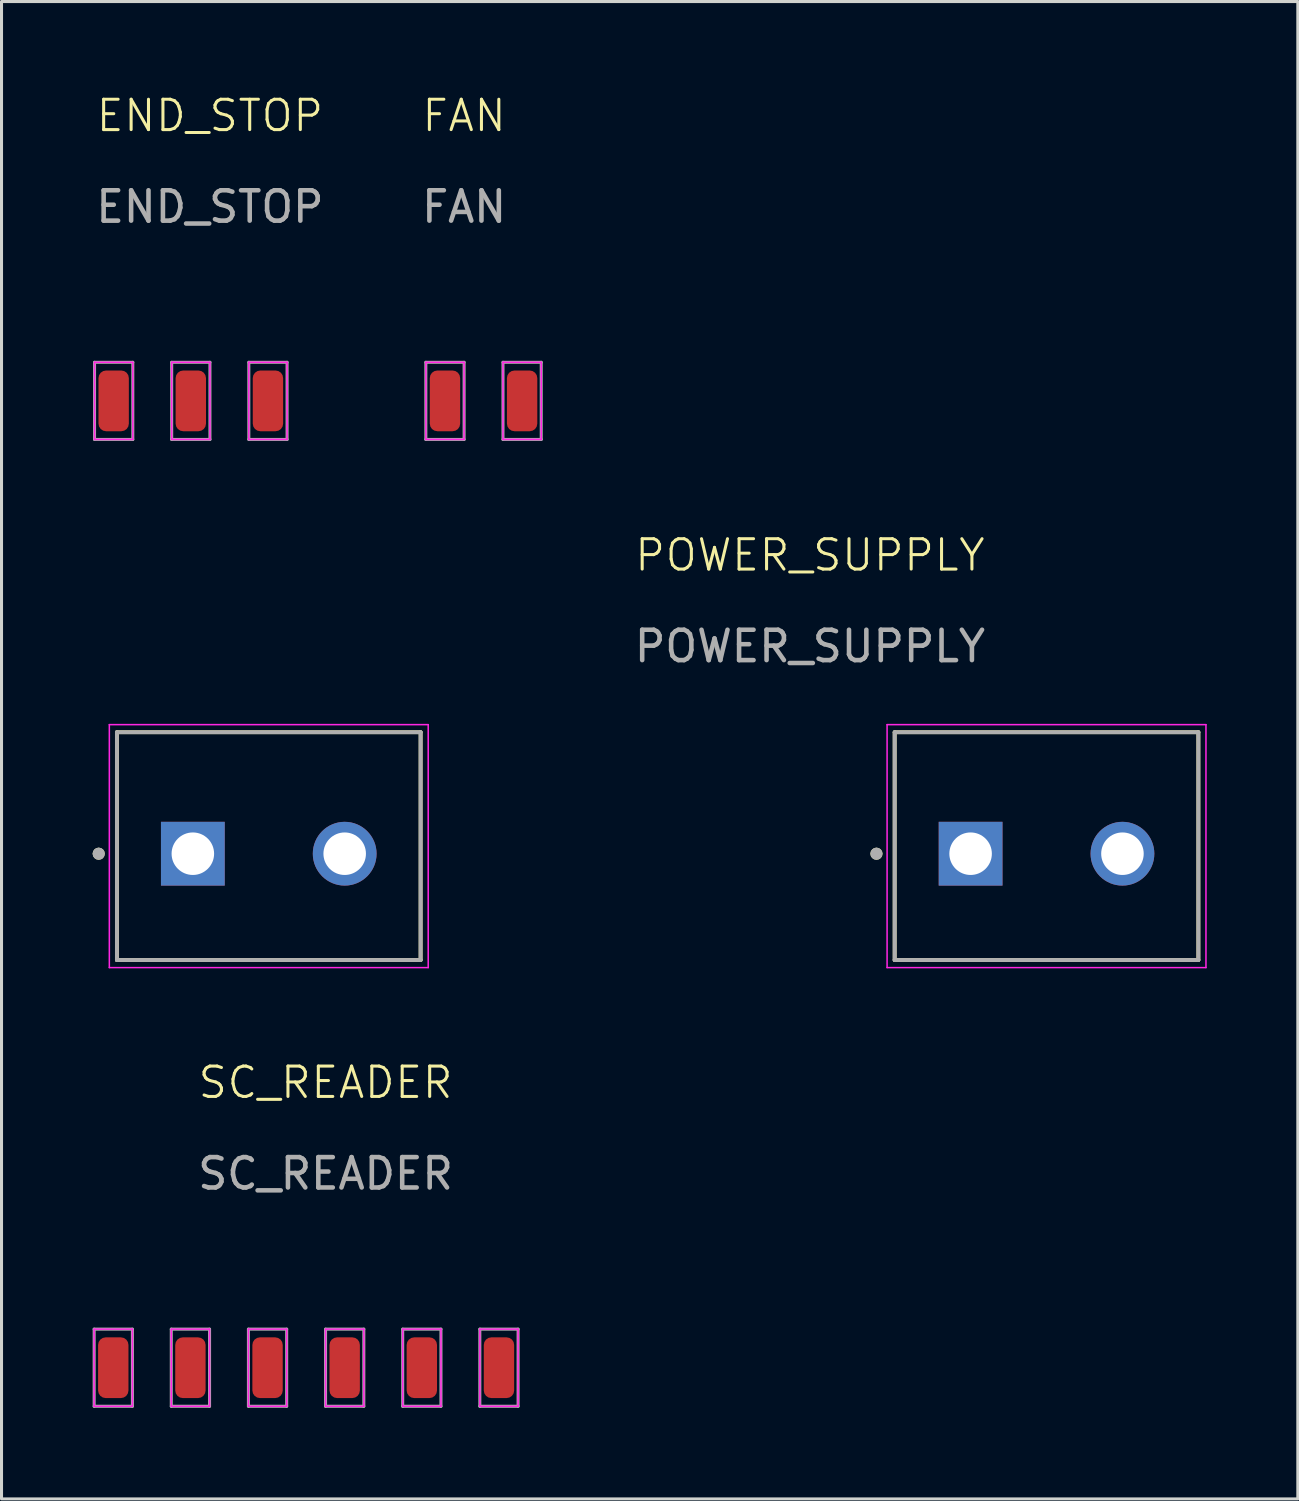
<source format=kicad_pcb>
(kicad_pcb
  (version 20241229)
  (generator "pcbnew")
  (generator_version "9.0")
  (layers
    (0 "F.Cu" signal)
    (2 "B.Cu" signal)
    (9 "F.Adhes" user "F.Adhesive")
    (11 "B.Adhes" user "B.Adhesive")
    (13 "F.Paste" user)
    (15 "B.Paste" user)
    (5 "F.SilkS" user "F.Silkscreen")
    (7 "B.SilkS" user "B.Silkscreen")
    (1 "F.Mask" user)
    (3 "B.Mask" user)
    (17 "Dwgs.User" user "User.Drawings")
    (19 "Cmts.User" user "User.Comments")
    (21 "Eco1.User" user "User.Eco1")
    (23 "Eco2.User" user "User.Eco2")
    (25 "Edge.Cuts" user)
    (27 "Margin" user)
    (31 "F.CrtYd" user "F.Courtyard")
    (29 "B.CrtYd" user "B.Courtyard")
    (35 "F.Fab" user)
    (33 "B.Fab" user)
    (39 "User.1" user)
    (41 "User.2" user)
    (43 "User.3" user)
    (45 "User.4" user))
  (footprint "END_STOP"
    (layer "F.Cu")
    (at 3.863 1.26)
    (property "Reference" "END_STOP" (at 0 -0.5 0) (unlocked yes) (layer "F.SilkS") (effects (font (size 1 1) (thickness 0.1))))
    (attr smd)
    (fp_line (start -3.8 7.62) (end -3.8 10.16) (stroke (width 0.05) (type solid)) (layer "F.CrtYd"))
    (fp_line (start -3.8 10.16) (end -2.54 10.16) (stroke (width 0.05) (type solid)) (layer "F.CrtYd"))
    (fp_line (start -2.54 7.62) (end -3.8 7.62) (stroke (width 0.05) (type solid)) (layer "F.CrtYd"))
    (fp_line (start -2.54 10.16) (end -2.54 7.62) (stroke (width 0.05) (type solid)) (layer "F.CrtYd"))
    (fp_line (start -1.26 7.62) (end -1.26 10.16) (stroke (width 0.05) (type solid)) (layer "F.CrtYd"))
    (fp_line (start -1.26 10.16) (end 0 10.16) (stroke (width 0.05) (type solid)) (layer "F.CrtYd"))
    (fp_line (start 0 7.62) (end -1.26 7.62) (stroke (width 0.05) (type solid)) (layer "F.CrtYd"))
    (fp_line (start 0 10.16) (end 0 7.62) (stroke (width 0.05) (type solid)) (layer "F.CrtYd"))
    (fp_line (start 1.28 7.62) (end 1.28 10.16) (stroke (width 0.05) (type solid)) (layer "F.CrtYd"))
    (fp_line (start 1.28 10.16) (end 2.54 10.16) (stroke (width 0.05) (type solid)) (layer "F.CrtYd"))
    (fp_line (start 2.54 7.62) (end 1.28 7.62) (stroke (width 0.05) (type solid)) (layer "F.CrtYd"))
    (fp_line (start 2.54 10.16) (end 2.54 7.62) (stroke (width 0.05) (type solid)) (layer "F.CrtYd"))
    (fp_line (start -3.8 7.62) (end -2.54 7.62) (stroke (width 0.1) (type solid)) (layer "F.Fab"))
    (fp_line (start -3.8 10.16) (end -3.8 7.62) (stroke (width 0.1) (type solid)) (layer "F.Fab"))
    (fp_line (start -2.54 7.62) (end -2.54 10.16) (stroke (width 0.1) (type solid)) (layer "F.Fab"))
    (fp_line (start -2.54 10.16) (end -3.8 10.16) (stroke (width 0.1) (type solid)) (layer "F.Fab"))
    (fp_line (start -1.26 7.62) (end 0 7.62) (stroke (width 0.1) (type solid)) (layer "F.Fab"))
    (fp_line (start -1.26 10.16) (end -1.26 7.62) (stroke (width 0.1) (type solid)) (layer "F.Fab"))
    (fp_line (start 0 7.62) (end 0 10.16) (stroke (width 0.1) (type solid)) (layer "F.Fab"))
    (fp_line (start 0 10.16) (end -1.26 10.16) (stroke (width 0.1) (type solid)) (layer "F.Fab"))
    (fp_line (start 1.28 7.62) (end 2.54 7.62) (stroke (width 0.1) (type solid)) (layer "F.Fab"))
    (fp_line (start 1.28 10.16) (end 1.28 7.62) (stroke (width 0.1) (type solid)) (layer "F.Fab"))
    (fp_line (start 2.54 7.62) (end 2.54 10.16) (stroke (width 0.1) (type solid)) (layer "F.Fab"))
    (fp_line (start 2.54 10.16) (end 1.28 10.16) (stroke (width 0.1) (type solid)) (layer "F.Fab"))
    (fp_text user "${REFERENCE}" (at 0 2.5 0) (unlocked yes) (layer "F.Fab") (effects (font (size 1 1) (thickness 0.15))))
    (pad "1" smd roundrect (at -3.17 8.89) (size 1 2) (layers "F.Cu" "F.Mask" "F.Paste") (roundrect_rratio 0.25))
    (pad "2" smd roundrect (at -0.63 8.89) (size 1 2) (layers "F.Cu" "F.Mask" "F.Paste") (roundrect_rratio 0.25))
    (pad "3" smd roundrect (at 1.91 8.89) (size 1 2) (layers "F.Cu" "F.Mask" "F.Paste") (roundrect_rratio 0.25)))
  (footprint "SC_READER"
    (layer "F.Cu")
    (at 7.67 33.096)
    (property "Reference" "SC_READER" (at 0 -0.5 0) (unlocked yes) (layer "F.SilkS") (effects (font (size 1 1) (thickness 0.1))))
    (attr smd)
    (fp_line (start -7.62 7.62) (end -7.62 10.16) (stroke (width 0.05) (type solid)) (layer "F.CrtYd"))
    (fp_line (start -7.62 10.16) (end -6.36 10.16) (stroke (width 0.05) (type solid)) (layer "F.CrtYd"))
    (fp_line (start -6.36 7.62) (end -7.62 7.62) (stroke (width 0.05) (type solid)) (layer "F.CrtYd"))
    (fp_line (start -6.36 10.16) (end -6.36 7.62) (stroke (width 0.05) (type solid)) (layer "F.CrtYd"))
    (fp_line (start -5.08 7.62) (end -5.08 10.16) (stroke (width 0.05) (type solid)) (layer "F.CrtYd"))
    (fp_line (start -5.08 10.16) (end -3.82 10.16) (stroke (width 0.05) (type solid)) (layer "F.CrtYd"))
    (fp_line (start -3.82 7.62) (end -5.08 7.62) (stroke (width 0.05) (type solid)) (layer "F.CrtYd"))
    (fp_line (start -3.82 10.16) (end -3.82 7.62) (stroke (width 0.05) (type solid)) (layer "F.CrtYd"))
    (fp_line (start -2.54 7.62) (end -2.54 10.16) (stroke (width 0.05) (type solid)) (layer "F.CrtYd"))
    (fp_line (start -2.54 10.16) (end -1.28 10.16) (stroke (width 0.05) (type solid)) (layer "F.CrtYd"))
    (fp_line (start -1.28 7.62) (end -2.54 7.62) (stroke (width 0.05) (type solid)) (layer "F.CrtYd"))
    (fp_line (start -1.28 10.16) (end -1.28 7.62) (stroke (width 0.05) (type solid)) (layer "F.CrtYd"))
    (fp_line (start 0 7.62) (end 0 10.16) (stroke (width 0.05) (type solid)) (layer "F.CrtYd"))
    (fp_line (start 0 10.16) (end 1.26 10.16) (stroke (width 0.05) (type solid)) (layer "F.CrtYd"))
    (fp_line (start 1.26 7.62) (end 0 7.62) (stroke (width 0.05) (type solid)) (layer "F.CrtYd"))
    (fp_line (start 1.26 10.16) (end 1.26 7.62) (stroke (width 0.05) (type solid)) (layer "F.CrtYd"))
    (fp_line (start 2.54 7.62) (end 2.54 10.16) (stroke (width 0.05) (type solid)) (layer "F.CrtYd"))
    (fp_line (start 2.54 10.16) (end 3.8 10.16) (stroke (width 0.05) (type solid)) (layer "F.CrtYd"))
    (fp_line (start 3.8 7.62) (end 2.54 7.62) (stroke (width 0.05) (type solid)) (layer "F.CrtYd"))
    (fp_line (start 3.8 10.16) (end 3.8 7.62) (stroke (width 0.05) (type solid)) (layer "F.CrtYd"))
    (fp_line (start 5.08 7.62) (end 5.08 10.16) (stroke (width 0.05) (type solid)) (layer "F.CrtYd"))
    (fp_line (start 5.08 10.16) (end 6.34 10.16) (stroke (width 0.05) (type solid)) (layer "F.CrtYd"))
    (fp_line (start 6.34 7.62) (end 5.08 7.62) (stroke (width 0.05) (type solid)) (layer "F.CrtYd"))
    (fp_line (start 6.34 10.16) (end 6.34 7.62) (stroke (width 0.05) (type solid)) (layer "F.CrtYd"))
    (fp_line (start -7.62 7.62) (end -6.36 7.62) (stroke (width 0.1) (type solid)) (layer "F.Fab"))
    (fp_line (start -7.62 10.16) (end -7.62 7.62) (stroke (width 0.1) (type solid)) (layer "F.Fab"))
    (fp_line (start -6.36 7.62) (end -6.36 10.16) (stroke (width 0.1) (type solid)) (layer "F.Fab"))
    (fp_line (start -6.36 10.16) (end -7.62 10.16) (stroke (width 0.1) (type solid)) (layer "F.Fab"))
    (fp_line (start -5.08 7.62) (end -3.82 7.62) (stroke (width 0.1) (type solid)) (layer "F.Fab"))
    (fp_line (start -5.08 10.16) (end -5.08 7.62) (stroke (width 0.1) (type solid)) (layer "F.Fab"))
    (fp_line (start -3.82 7.62) (end -3.82 10.16) (stroke (width 0.1) (type solid)) (layer "F.Fab"))
    (fp_line (start -3.82 10.16) (end -5.08 10.16) (stroke (width 0.1) (type solid)) (layer "F.Fab"))
    (fp_line (start -2.54 7.62) (end -1.28 7.62) (stroke (width 0.1) (type solid)) (layer "F.Fab"))
    (fp_line (start -2.54 10.16) (end -2.54 7.62) (stroke (width 0.1) (type solid)) (layer "F.Fab"))
    (fp_line (start -1.28 7.62) (end -1.28 10.16) (stroke (width 0.1) (type solid)) (layer "F.Fab"))
    (fp_line (start -1.28 10.16) (end -2.54 10.16) (stroke (width 0.1) (type solid)) (layer "F.Fab"))
    (fp_line (start 0 7.62) (end 1.26 7.62) (stroke (width 0.1) (type solid)) (layer "F.Fab"))
    (fp_line (start 0 10.16) (end 0 7.62) (stroke (width 0.1) (type solid)) (layer "F.Fab"))
    (fp_line (start 1.26 7.62) (end 1.26 10.16) (stroke (width 0.1) (type solid)) (layer "F.Fab"))
    (fp_line (start 1.26 10.16) (end 0 10.16) (stroke (width 0.1) (type solid)) (layer "F.Fab"))
    (fp_line (start 2.54 7.62) (end 3.8 7.62) (stroke (width 0.1) (type solid)) (layer "F.Fab"))
    (fp_line (start 2.54 10.16) (end 2.54 7.62) (stroke (width 0.1) (type solid)) (layer "F.Fab"))
    (fp_line (start 3.8 7.62) (end 3.8 10.16) (stroke (width 0.1) (type solid)) (layer "F.Fab"))
    (fp_line (start 3.8 10.16) (end 2.54 10.16) (stroke (width 0.1) (type solid)) (layer "F.Fab"))
    (fp_line (start 5.08 7.62) (end 6.34 7.62) (stroke (width 0.1) (type solid)) (layer "F.Fab"))
    (fp_line (start 5.08 10.16) (end 5.08 7.62) (stroke (width 0.1) (type solid)) (layer "F.Fab"))
    (fp_line (start 6.34 7.62) (end 6.34 10.16) (stroke (width 0.1) (type solid)) (layer "F.Fab"))
    (fp_line (start 6.34 10.16) (end 5.08 10.16) (stroke (width 0.1) (type solid)) (layer "F.Fab"))
    (fp_text user "${REFERENCE}" (at 0 2.5 0) (unlocked yes) (layer "F.Fab") (effects (font (size 1 1) (thickness 0.15))))
    (pad "1" smd roundrect (at -6.99 8.89) (size 1 2) (layers "F.Cu" "F.Mask" "F.Paste") (roundrect_rratio 0.25))
    (pad "2" smd roundrect (at -4.45 8.89) (size 1 2) (layers "F.Cu" "F.Mask" "F.Paste") (roundrect_rratio 0.25))
    (pad "3" smd roundrect (at -1.91 8.89) (size 1 2) (layers "F.Cu" "F.Mask" "F.Paste") (roundrect_rratio 0.25))
    (pad "4" smd roundrect (at 0.63 8.89) (size 1 2) (layers "F.Cu" "F.Mask" "F.Paste") (roundrect_rratio 0.25))
    (pad "5" smd roundrect (at 3.17 8.89) (size 1 2) (layers "F.Cu" "F.Mask" "F.Paste") (roundrect_rratio 0.25))
    (pad "6" smd roundrect (at 5.71 8.89) (size 1 2) (layers "F.Cu" "F.Mask" "F.Paste") (roundrect_rratio 0.25)))
  (footprint "POWER_SUPPLY"
    (layer "F.Cu")
    (at 23.62 15.731)
    (property "Reference" "POWER_SUPPLY" (at 0 -0.5 0) (unlocked yes) (layer "F.SilkS") (effects (font (size 1 1) (thickness 0.1))))
    (fp_line (start -22.82 5.33) (end -12.82 5.33) (stroke (width 0.127) (type solid)) (layer "F.SilkS"))
    (fp_line (start -22.82 12.83) (end -22.82 5.33) (stroke (width 0.127) (type solid)) (layer "F.SilkS"))
    (fp_line (start -12.82 5.33) (end -12.82 12.83) (stroke (width 0.127) (type solid)) (layer "F.SilkS"))
    (fp_line (start -12.82 12.83) (end -22.82 12.83) (stroke (width 0.127) (type solid)) (layer "F.SilkS"))
    (fp_line (start 2.79 5.33) (end 12.79 5.33) (stroke (width 0.127) (type solid)) (layer "F.SilkS"))
    (fp_line (start 2.79 12.83) (end 2.79 5.33) (stroke (width 0.127) (type solid)) (layer "F.SilkS"))
    (fp_line (start 12.79 5.33) (end 12.79 12.83) (stroke (width 0.127) (type solid)) (layer "F.SilkS"))
    (fp_line (start 12.79 12.83) (end 2.79 12.83) (stroke (width 0.127) (type solid)) (layer "F.SilkS"))
    (fp_circle (center -23.42 9.33) (end -23.32 9.33) (stroke (width 0.2) (type solid)) (fill no) (layer "F.SilkS"))
    (fp_circle (center 2.19 9.33) (end 2.29 9.33) (stroke (width 0.2) (type solid)) (fill no) (layer "F.SilkS"))
    (fp_line (start -23.07 5.08) (end -12.57 5.08) (stroke (width 0.05) (type solid)) (layer "F.CrtYd"))
    (fp_line (start -23.07 13.08) (end -23.07 5.08) (stroke (width 0.05) (type solid)) (layer "F.CrtYd"))
    (fp_line (start -12.57 5.08) (end -12.57 13.08) (stroke (width 0.05) (type solid)) (layer "F.CrtYd"))
    (fp_line (start -12.57 13.08) (end -23.07 13.08) (stroke (width 0.05) (type solid)) (layer "F.CrtYd"))
    (fp_line (start 2.54 5.08) (end 13.04 5.08) (stroke (width 0.05) (type solid)) (layer "F.CrtYd"))
    (fp_line (start 2.54 13.08) (end 2.54 5.08) (stroke (width 0.05) (type solid)) (layer "F.CrtYd"))
    (fp_line (start 13.04 5.08) (end 13.04 13.08) (stroke (width 0.05) (type solid)) (layer "F.CrtYd"))
    (fp_line (start 13.04 13.08) (end 2.54 13.08) (stroke (width 0.05) (type solid)) (layer "F.CrtYd"))
    (fp_line (start -22.82 5.33) (end -12.82 5.33) (stroke (width 0.127) (type solid)) (layer "F.Fab"))
    (fp_line (start -22.82 12.83) (end -22.82 5.33) (stroke (width 0.127) (type solid)) (layer "F.Fab"))
    (fp_line (start -12.82 5.33) (end -12.82 12.83) (stroke (width 0.127) (type solid)) (layer "F.Fab"))
    (fp_line (start -12.82 12.83) (end -22.82 12.83) (stroke (width 0.127) (type solid)) (layer "F.Fab"))
    (fp_line (start 2.79 5.33) (end 12.79 5.33) (stroke (width 0.127) (type solid)) (layer "F.Fab"))
    (fp_line (start 2.79 12.83) (end 2.79 5.33) (stroke (width 0.127) (type solid)) (layer "F.Fab"))
    (fp_line (start 12.79 5.33) (end 12.79 12.83) (stroke (width 0.127) (type solid)) (layer "F.Fab"))
    (fp_line (start 12.79 12.83) (end 2.79 12.83) (stroke (width 0.127) (type solid)) (layer "F.Fab"))
    (fp_circle (center -23.42 9.33) (end -23.32 9.33) (stroke (width 0.2) (type solid)) (fill no) (layer "F.Fab"))
    (fp_circle (center 2.19 9.33) (end 2.29 9.33) (stroke (width 0.2) (type solid)) (fill no) (layer "F.Fab"))
    (fp_text user "${REFERENCE}" (at 0 2.5 0) (unlocked yes) (layer "F.Fab") (effects (font (size 1 1) (thickness 0.15))))
    (pad "3" thru_hole rect (at -20.32 9.33) (size 2.1 2.1) (drill 1.4) (layers "*.Cu" "*.Mask"))
    (pad "4" thru_hole rect (at 5.29 9.33) (size 2.1 2.1) (drill 1.4) (layers "*.Cu" "*.Mask"))
    (pad "5" thru_hole circle (at -15.32 9.33) (size 2.1 2.1) (drill 1.4) (layers "*.Cu" "*.Mask"))
    (pad "6" thru_hole circle (at 10.29 9.33) (size 2.1 2.1) (drill 1.4) (layers "*.Cu" "*.Mask")))
  (footprint "FAN"
    (layer "F.Cu")
    (at 12.232 1.26)
    (property "Reference" "FAN" (at 0 -0.5 0) (unlocked yes) (layer "F.SilkS") (effects (font (size 1 1) (thickness 0.1))))
    (attr smd)
    (fp_line (start -1.26 7.62) (end -1.26 10.16) (stroke (width 0.05) (type solid)) (layer "F.CrtYd"))
    (fp_line (start -1.26 10.16) (end 0 10.16) (stroke (width 0.05) (type solid)) (layer "F.CrtYd"))
    (fp_line (start 0 7.62) (end -1.26 7.62) (stroke (width 0.05) (type solid)) (layer "F.CrtYd"))
    (fp_line (start 0 10.16) (end 0 7.62) (stroke (width 0.05) (type solid)) (layer "F.CrtYd"))
    (fp_line (start 1.28 7.62) (end 1.28 10.16) (stroke (width 0.05) (type solid)) (layer "F.CrtYd"))
    (fp_line (start 1.28 10.16) (end 2.54 10.16) (stroke (width 0.05) (type solid)) (layer "F.CrtYd"))
    (fp_line (start 2.54 7.62) (end 1.28 7.62) (stroke (width 0.05) (type solid)) (layer "F.CrtYd"))
    (fp_line (start 2.54 10.16) (end 2.54 7.62) (stroke (width 0.05) (type solid)) (layer "F.CrtYd"))
    (fp_line (start -1.26 7.62) (end 0 7.62) (stroke (width 0.1) (type solid)) (layer "F.Fab"))
    (fp_line (start -1.26 10.16) (end -1.26 7.62) (stroke (width 0.1) (type solid)) (layer "F.Fab"))
    (fp_line (start 0 7.62) (end 0 10.16) (stroke (width 0.1) (type solid)) (layer "F.Fab"))
    (fp_line (start 0 10.16) (end -1.26 10.16) (stroke (width 0.1) (type solid)) (layer "F.Fab"))
    (fp_line (start 1.28 7.62) (end 2.54 7.62) (stroke (width 0.1) (type solid)) (layer "F.Fab"))
    (fp_line (start 1.28 10.16) (end 1.28 7.62) (stroke (width 0.1) (type solid)) (layer "F.Fab"))
    (fp_line (start 2.54 7.62) (end 2.54 10.16) (stroke (width 0.1) (type solid)) (layer "F.Fab"))
    (fp_line (start 2.54 10.16) (end 1.28 10.16) (stroke (width 0.1) (type solid)) (layer "F.Fab"))
    (fp_text user "${REFERENCE}" (at 0 2.5 0) (unlocked yes) (layer "F.Fab") (effects (font (size 1 1) (thickness 0.15))))
    (pad "1" smd roundrect (at -0.63 8.89) (size 1 2) (layers "F.Cu" "F.Mask" "F.Paste") (roundrect_rratio 0.25))
    (pad "2" smd roundrect (at 1.91 8.89) (size 1 2) (layers "F.Cu" "F.Mask" "F.Paste") (roundrect_rratio 0.25)))
  (gr_rect
    (start -3 -3)
    (end 39.685 46.306)
    (stroke (width 0.1) (type default))
    (fill no)
    (layer "Edge.Cuts")))
</source>
